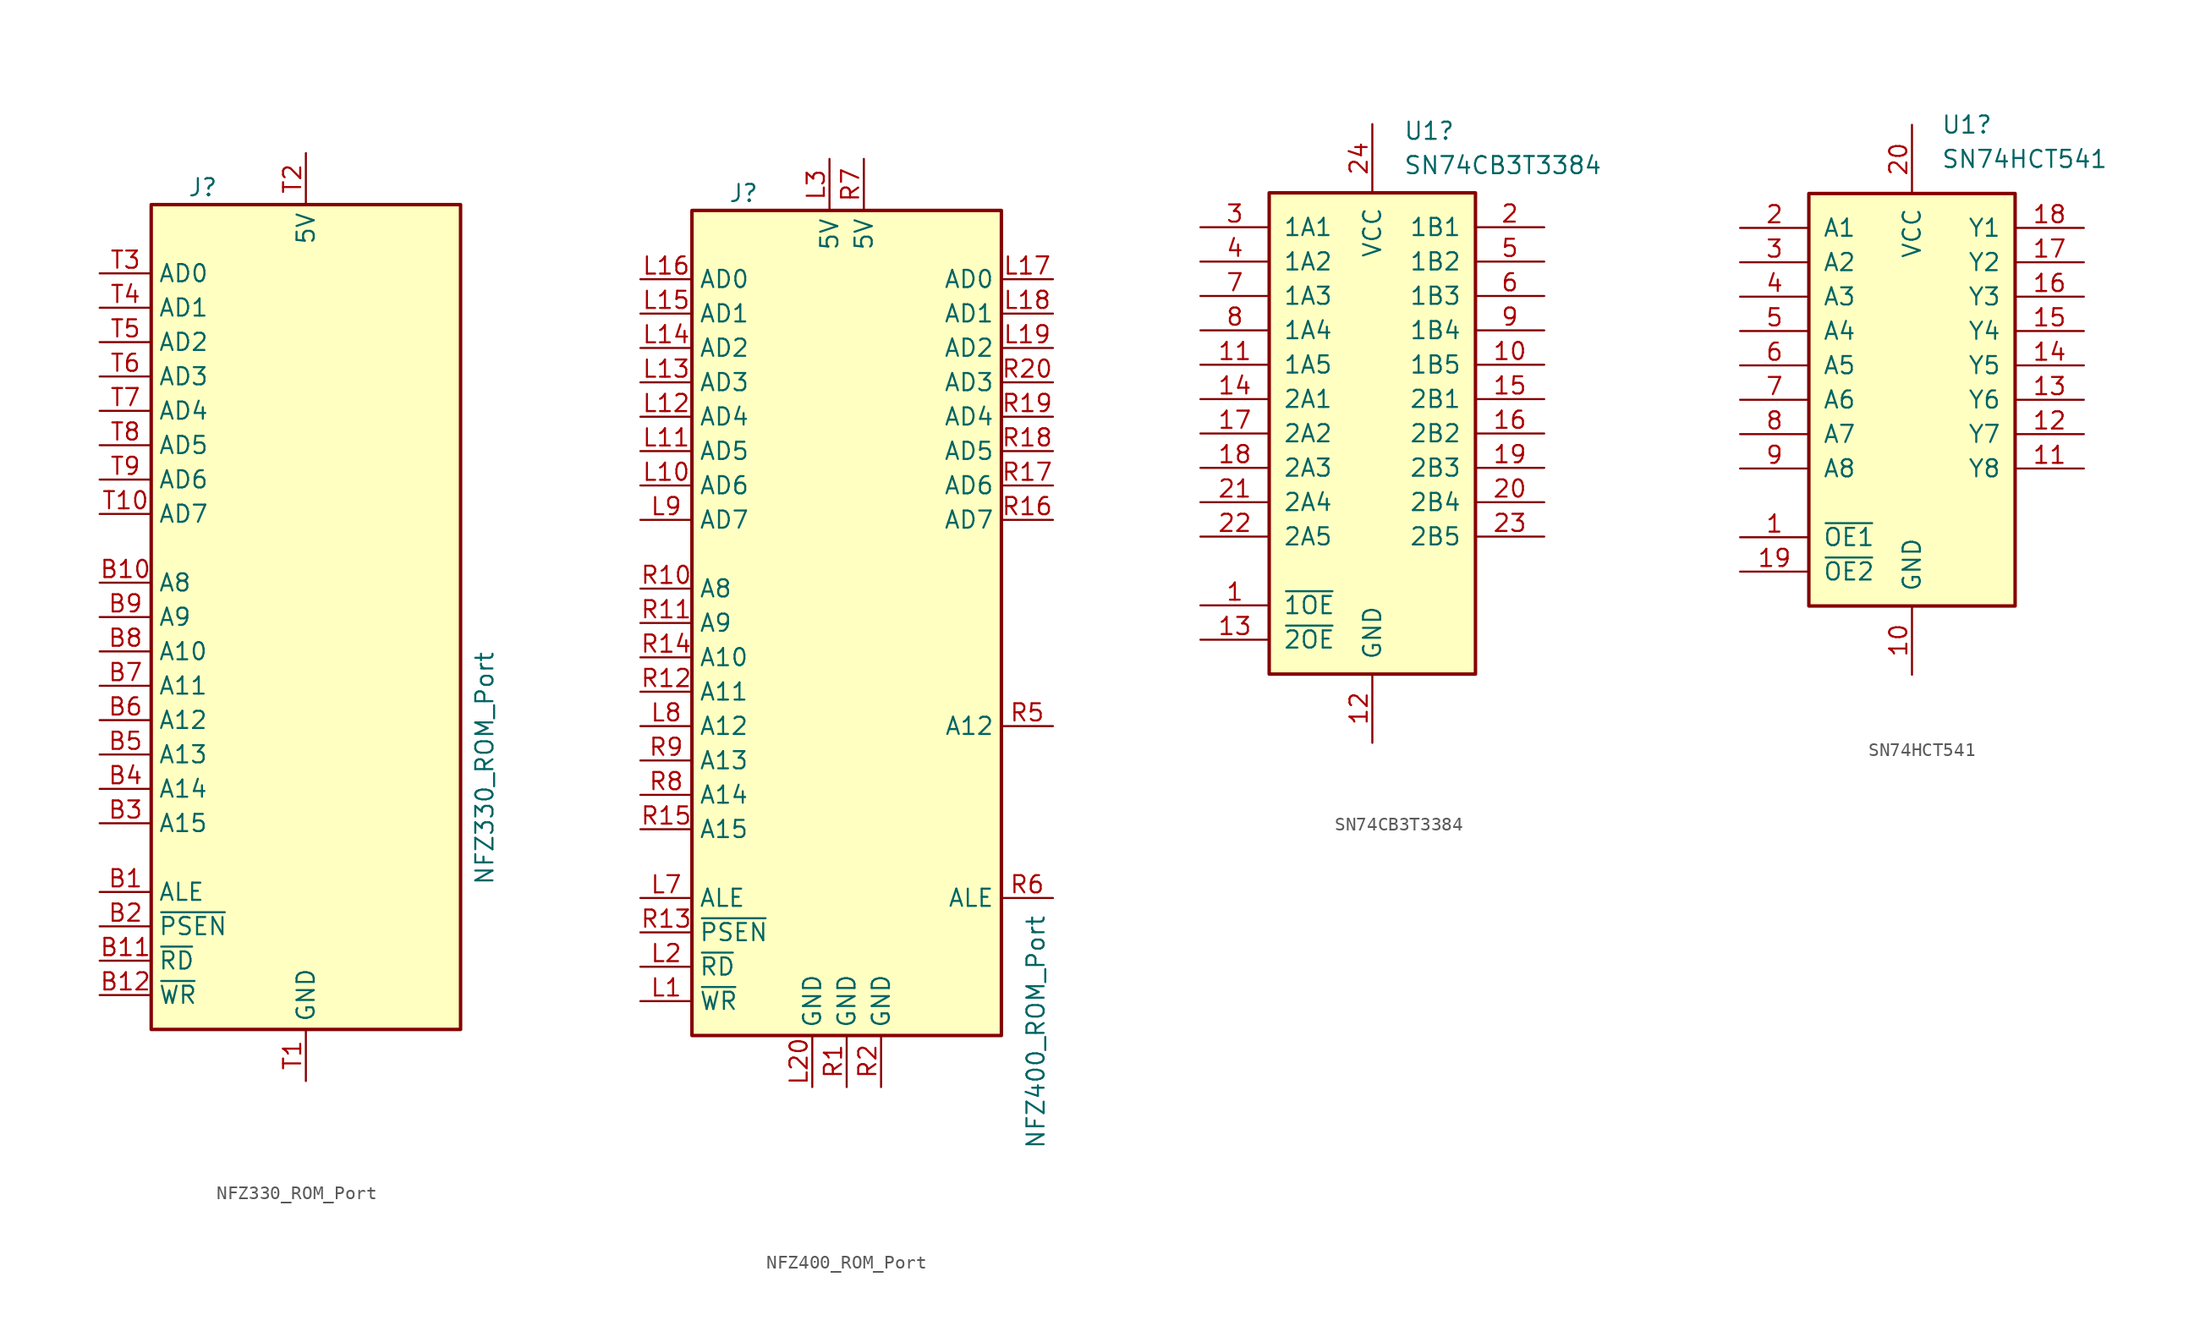
<source format=kicad_sym>
(kicad_symbol_lib
  (version 20241209)
  (generator "kicad_symbol_editor")
  (generator_version "9.0")
  (symbol "NFZ330_ROM_Port"
    (property "Reference" "J"
      (at -7.62 31.75 0)
      (effects (font (size 1.27 1.27))))
    (property "Value" "NFZ330_ROM_Port"
      (at 13.208 -11.176 90)
      (effects (font (size 1.27 1.27))))
    (symbol "NFZ330_ROM_Port_0_1"
      (rectangle (start -11.43 30.48) (end 11.43 -30.48) (stroke (width 0.254) (type default)) (fill (type background))))
    (symbol "NFZ330_ROM_Port_1_1"
      (pin passive line (at -15.24 25.4 0) (length 3.81) (name "AD0" (effects (font (size 1.27 1.27)))) (number "T3" (effects (font (size 1.27 1.27)))))
      (pin passive line (at -15.24 22.86 0) (length 3.81) (name "AD1" (effects (font (size 1.27 1.27)))) (number "T4" (effects (font (size 1.27 1.27)))))
      (pin passive line (at -15.24 20.32 0) (length 3.81) (name "AD2" (effects (font (size 1.27 1.27)))) (number "T5" (effects (font (size 1.27 1.27)))))
      (pin passive line (at -15.24 17.78 0) (length 3.81) (name "AD3" (effects (font (size 1.27 1.27)))) (number "T6" (effects (font (size 1.27 1.27)))))
      (pin passive line (at -15.24 15.24 0) (length 3.81) (name "AD4" (effects (font (size 1.27 1.27)))) (number "T7" (effects (font (size 1.27 1.27)))))
      (pin passive line (at -15.24 12.7 0) (length 3.81) (name "AD5" (effects (font (size 1.27 1.27)))) (number "T8" (effects (font (size 1.27 1.27)))))
      (pin passive line (at -15.24 10.16 0) (length 3.81) (name "AD6" (effects (font (size 1.27 1.27)))) (number "T9" (effects (font (size 1.27 1.27)))))
      (pin passive line (at -15.24 7.62 0) (length 3.81) (name "AD7" (effects (font (size 1.27 1.27)))) (number "T10" (effects (font (size 1.27 1.27)))))
      (pin passive line (at -15.24 2.54 0) (length 3.81) (name "A8" (effects (font (size 1.27 1.27)))) (number "B10" (effects (font (size 1.27 1.27)))))
      (pin passive line (at -15.24 0 0) (length 3.81) (name "A9" (effects (font (size 1.27 1.27)))) (number "B9" (effects (font (size 1.27 1.27)))))
      (pin passive line (at -15.24 -2.54 0) (length 3.81) (name "A10" (effects (font (size 1.27 1.27)))) (number "B8" (effects (font (size 1.27 1.27)))))
      (pin passive line (at -15.24 -5.08 0) (length 3.81) (name "A11" (effects (font (size 1.27 1.27)))) (number "B7" (effects (font (size 1.27 1.27)))))
      (pin passive line (at -15.24 -7.62 0) (length 3.81) (name "A12" (effects (font (size 1.27 1.27)))) (number "B6" (effects (font (size 1.27 1.27)))))
      (pin passive line (at -15.24 -10.16 0) (length 3.81) (name "A13" (effects (font (size 1.27 1.27)))) (number "B5" (effects (font (size 1.27 1.27)))))
      (pin passive line (at -15.24 -12.7 0) (length 3.81) (name "A14" (effects (font (size 1.27 1.27)))) (number "B4" (effects (font (size 1.27 1.27)))))
      (pin passive line (at -15.24 -15.24 0) (length 3.81) (name "A15" (effects (font (size 1.27 1.27)))) (number "B3" (effects (font (size 1.27 1.27)))))
      (pin passive line (at -15.24 -20.32 0) (length 3.81) (name "ALE" (effects (font (size 1.27 1.27)))) (number "B1" (effects (font (size 1.27 1.27)))))
      (pin passive line (at -15.24 -22.86 0) (length 3.81) (name "~{PSEN}" (effects (font (size 1.27 1.27)))) (number "B2" (effects (font (size 1.27 1.27)))))
      (pin passive line (at -15.24 -25.4 0) (length 3.81) (name "~{RD}" (effects (font (size 1.27 1.27)))) (number "B11" (effects (font (size 1.27 1.27)))))
      (pin passive line (at -15.24 -27.94 0) (length 3.81) (name "~{WR}" (effects (font (size 1.27 1.27)))) (number "B12" (effects (font (size 1.27 1.27)))))
      (pin passive line (at 0 34.29 270) (length 3.81) (name "5V" (effects (font (size 1.27 1.27)))) (number "T2" (effects (font (size 1.27 1.27)))))
      (pin passive line (at 0 -34.29 90) (length 3.81) (name "GND" (effects (font (size 1.27 1.27)))) (number "T1" (effects (font (size 1.27 1.27)))))))
  (symbol "NFZ400_ROM_Port"
    (property "Reference" "J"
      (at -7.62 31.75 0)
      (effects (font (size 1.27 1.27))))
    (property "Value" "NFZ400_ROM_Port"
      (at 13.97 -30.226 90)
      (effects (font (size 1.27 1.27))))
    (symbol "NFZ400_ROM_Port_0_1"
      (rectangle (start -11.43 30.48) (end 11.43 -30.48) (stroke (width 0.254) (type default)) (fill (type background))))
    (symbol "NFZ400_ROM_Port_1_1"
      (pin passive line (at -15.24 25.4 0) (length 3.81) (name "AD0" (effects (font (size 1.27 1.27)))) (number "L16" (effects (font (size 1.27 1.27)))))
      (pin passive line (at -15.24 22.86 0) (length 3.81) (name "AD1" (effects (font (size 1.27 1.27)))) (number "L15" (effects (font (size 1.27 1.27)))))
      (pin passive line (at -15.24 20.32 0) (length 3.81) (name "AD2" (effects (font (size 1.27 1.27)))) (number "L14" (effects (font (size 1.27 1.27)))))
      (pin passive line (at -15.24 17.78 0) (length 3.81) (name "AD3" (effects (font (size 1.27 1.27)))) (number "L13" (effects (font (size 1.27 1.27)))))
      (pin passive line (at -15.24 15.24 0) (length 3.81) (name "AD4" (effects (font (size 1.27 1.27)))) (number "L12" (effects (font (size 1.27 1.27)))))
      (pin passive line (at -15.24 12.7 0) (length 3.81) (name "AD5" (effects (font (size 1.27 1.27)))) (number "L11" (effects (font (size 1.27 1.27)))))
      (pin passive line (at -15.24 10.16 0) (length 3.81) (name "AD6" (effects (font (size 1.27 1.27)))) (number "L10" (effects (font (size 1.27 1.27)))))
      (pin passive line (at -15.24 7.62 0) (length 3.81) (name "AD7" (effects (font (size 1.27 1.27)))) (number "L9" (effects (font (size 1.27 1.27)))))
      (pin passive line (at -15.24 2.54 0) (length 3.81) (name "A8" (effects (font (size 1.27 1.27)))) (number "R10" (effects (font (size 1.27 1.27)))))
      (pin passive line (at -15.24 0 0) (length 3.81) (name "A9" (effects (font (size 1.27 1.27)))) (number "R11" (effects (font (size 1.27 1.27)))))
      (pin passive line (at -15.24 -2.54 0) (length 3.81) (name "A10" (effects (font (size 1.27 1.27)))) (number "R14" (effects (font (size 1.27 1.27)))))
      (pin passive line (at -15.24 -5.08 0) (length 3.81) (name "A11" (effects (font (size 1.27 1.27)))) (number "R12" (effects (font (size 1.27 1.27)))))
      (pin passive line (at -15.24 -7.62 0) (length 3.81) (name "A12" (effects (font (size 1.27 1.27)))) (number "L8" (effects (font (size 1.27 1.27)))))
      (pin passive line (at -15.24 -10.16 0) (length 3.81) (name "A13" (effects (font (size 1.27 1.27)))) (number "R9" (effects (font (size 1.27 1.27)))))
      (pin passive line (at -15.24 -12.7 0) (length 3.81) (name "A14" (effects (font (size 1.27 1.27)))) (number "R8" (effects (font (size 1.27 1.27)))))
      (pin passive line (at -15.24 -15.24 0) (length 3.81) (name "A15" (effects (font (size 1.27 1.27)))) (number "R15" (effects (font (size 1.27 1.27)))))
      (pin passive line (at -15.24 -20.32 0) (length 3.81) (name "ALE" (effects (font (size 1.27 1.27)))) (number "L7" (effects (font (size 1.27 1.27)))))
      (pin passive line (at -15.24 -22.86 0) (length 3.81) (name "~{PSEN}" (effects (font (size 1.27 1.27)))) (number "R13" (effects (font (size 1.27 1.27)))))
      (pin passive line (at -15.24 -25.4 0) (length 3.81) (name "~{RD}" (effects (font (size 1.27 1.27)))) (number "L2" (effects (font (size 1.27 1.27)))))
      (pin passive line (at -15.24 -27.94 0) (length 3.81) (name "~{WR}" (effects (font (size 1.27 1.27)))) (number "L1" (effects (font (size 1.27 1.27)))))
      (pin passive line (at -2.54 -34.29 90) (length 3.81) (name "GND" (effects (font (size 1.27 1.27)))) (number "L20" (effects (font (size 1.27 1.27)))))
      (pin passive line (at -1.27 34.29 270) (length 3.81) (name "5V" (effects (font (size 1.27 1.27)))) (number "L3" (effects (font (size 1.27 1.27)))))
      (pin passive line (at 0 -34.29 90) (length 3.81) (name "GND" (effects (font (size 1.27 1.27)))) (number "R1" (effects (font (size 1.27 1.27)))))
      (pin passive line (at 1.27 34.29 270) (length 3.81) (name "5V" (effects (font (size 1.27 1.27)))) (number "R7" (effects (font (size 1.27 1.27)))))
      (pin passive line (at 2.54 -34.29 90) (length 3.81) (name "GND" (effects (font (size 1.27 1.27)))) (number "R2" (effects (font (size 1.27 1.27)))))
      (pin passive line (at 15.24 25.4 180) (length 3.81) (name "AD0" (effects (font (size 1.27 1.27)))) (number "L17" (effects (font (size 1.27 1.27)))))
      (pin passive line (at 15.24 22.86 180) (length 3.81) (name "AD1" (effects (font (size 1.27 1.27)))) (number "L18" (effects (font (size 1.27 1.27)))))
      (pin passive line (at 15.24 20.32 180) (length 3.81) (name "AD2" (effects (font (size 1.27 1.27)))) (number "L19" (effects (font (size 1.27 1.27)))))
      (pin passive line (at 15.24 17.78 180) (length 3.81) (name "AD3" (effects (font (size 1.27 1.27)))) (number "R20" (effects (font (size 1.27 1.27)))))
      (pin passive line (at 15.24 15.24 180) (length 3.81) (name "AD4" (effects (font (size 1.27 1.27)))) (number "R19" (effects (font (size 1.27 1.27)))))
      (pin passive line (at 15.24 12.7 180) (length 3.81) (name "AD5" (effects (font (size 1.27 1.27)))) (number "R18" (effects (font (size 1.27 1.27)))))
      (pin passive line (at 15.24 10.16 180) (length 3.81) (name "AD6" (effects (font (size 1.27 1.27)))) (number "R17" (effects (font (size 1.27 1.27)))))
      (pin passive line (at 15.24 7.62 180) (length 3.81) (name "AD7" (effects (font (size 1.27 1.27)))) (number "R16" (effects (font (size 1.27 1.27)))))
      (pin passive line (at 15.24 -7.62 180) (length 3.81) (name "A12" (effects (font (size 1.27 1.27)))) (number "R5" (effects (font (size 1.27 1.27)))))
      (pin passive line (at 15.24 -20.32 180) (length 3.81) (name "ALE" (effects (font (size 1.27 1.27)))) (number "R6" (effects (font (size 1.27 1.27)))))))
  (symbol "SN74CB3T3384"
    (pin_names
      (offset 1.016))
    (property "Reference" "U1"
      (at 2.286 22.352 0)
      (effects (font (size 1.27 1.27)) (justify left)))
    (property "Value" "SN74CB3T3384"
      (at 2.286 19.812 0)
      (effects (font (size 1.27 1.27)) (justify left)))
    (symbol "SN74CB3T3384_1_0"
      (pin passive line (at -12.7 15.24 0) (length 5.08) (name "1A1" (effects (font (size 1.27 1.27)))) (number "3" (effects (font (size 1.27 1.27)))))
      (pin passive line (at -12.7 12.7 0) (length 5.08) (name "1A2" (effects (font (size 1.27 1.27)))) (number "4" (effects (font (size 1.27 1.27)))))
      (pin passive line (at -12.7 10.16 0) (length 5.08) (name "1A3" (effects (font (size 1.27 1.27)))) (number "7" (effects (font (size 1.27 1.27)))))
      (pin passive line (at -12.7 7.62 0) (length 5.08) (name "1A4" (effects (font (size 1.27 1.27)))) (number "8" (effects (font (size 1.27 1.27)))))
      (pin passive line (at -12.7 5.08 0) (length 5.08) (name "1A5" (effects (font (size 1.27 1.27)))) (number "11" (effects (font (size 1.27 1.27)))))
      (pin passive line (at -12.7 2.54 0) (length 5.08) (name "2A1" (effects (font (size 1.27 1.27)))) (number "14" (effects (font (size 1.27 1.27)))))
      (pin passive line (at -12.7 0 0) (length 5.08) (name "2A2" (effects (font (size 1.27 1.27)))) (number "17" (effects (font (size 1.27 1.27)))))
      (pin passive line (at -12.7 -2.54 0) (length 5.08) (name "2A3" (effects (font (size 1.27 1.27)))) (number "18" (effects (font (size 1.27 1.27)))))
      (pin passive line (at -12.7 -5.08 0) (length 5.08) (name "2A4" (effects (font (size 1.27 1.27)))) (number "21" (effects (font (size 1.27 1.27)))))
      (pin passive line (at -12.7 -7.62 0) (length 5.08) (name "2A5" (effects (font (size 1.27 1.27)))) (number "22" (effects (font (size 1.27 1.27)))))
      (pin passive line (at -12.7 -12.7 0) (length 5.08) (name "~{1OE}" (effects (font (size 1.27 1.27)))) (number "1" (effects (font (size 1.27 1.27)))))
      (pin passive line (at -12.7 -15.24 0) (length 5.08) (name "~{2OE}" (effects (font (size 1.27 1.27)))) (number "13" (effects (font (size 1.27 1.27)))))
      (pin passive line (at 0 22.86 270) (length 5.08) (name "VCC" (effects (font (size 1.27 1.27)))) (number "24" (effects (font (size 1.27 1.27)))))
      (pin passive line (at 0 -22.86 90) (length 5.08) (name "GND" (effects (font (size 1.27 1.27)))) (number "12" (effects (font (size 1.27 1.27)))))
      (pin passive line (at 12.7 15.24 180) (length 5.08) (name "1B1" (effects (font (size 1.27 1.27)))) (number "2" (effects (font (size 1.27 1.27)))))
      (pin passive line (at 12.7 12.7 180) (length 5.08) (name "1B2" (effects (font (size 1.27 1.27)))) (number "5" (effects (font (size 1.27 1.27)))))
      (pin passive line (at 12.7 10.16 180) (length 5.08) (name "1B3" (effects (font (size 1.27 1.27)))) (number "6" (effects (font (size 1.27 1.27)))))
      (pin passive line (at 12.7 7.62 180) (length 5.08) (name "1B4" (effects (font (size 1.27 1.27)))) (number "9" (effects (font (size 1.27 1.27)))))
      (pin passive line (at 12.7 5.08 180) (length 5.08) (name "1B5" (effects (font (size 1.27 1.27)))) (number "10" (effects (font (size 1.27 1.27)))))
      (pin passive line (at 12.7 2.54 180) (length 5.08) (name "2B1" (effects (font (size 1.27 1.27)))) (number "15" (effects (font (size 1.27 1.27)))))
      (pin passive line (at 12.7 0 180) (length 5.08) (name "2B2" (effects (font (size 1.27 1.27)))) (number "16" (effects (font (size 1.27 1.27)))))
      (pin passive line (at 12.7 -2.54 180) (length 5.08) (name "2B3" (effects (font (size 1.27 1.27)))) (number "19" (effects (font (size 1.27 1.27)))))
      (pin passive line (at 12.7 -5.08 180) (length 5.08) (name "2B4" (effects (font (size 1.27 1.27)))) (number "20" (effects (font (size 1.27 1.27)))))
      (pin passive line (at 12.7 -7.62 180) (length 5.08) (name "2B5" (effects (font (size 1.27 1.27)))) (number "23" (effects (font (size 1.27 1.27))))))
    (symbol "SN74CB3T3384_1_1"
      (rectangle (start -7.62 17.78) (end 7.62 -17.78) (stroke (width 0.254) (type default)) (fill (type background)))))
  (symbol "SN74HCT541"
    (pin_names
      (offset 1.016))
    (property "Reference" "U1"
      (at 2.143 20.32 0)
      (effects (font (size 1.27 1.27)) (justify left)))
    (property "Value" "SN74HCT541"
      (at 2.143 17.78 0)
      (effects (font (size 1.27 1.27)) (justify left)))
    (symbol "SN74HCT541_1_0"
      (pin passive line (at -12.7 12.7 0) (length 5.08) (name "A1" (effects (font (size 1.27 1.27)))) (number "2" (effects (font (size 1.27 1.27)))))
      (pin passive line (at -12.7 10.16 0) (length 5.08) (name "A2" (effects (font (size 1.27 1.27)))) (number "3" (effects (font (size 1.27 1.27)))))
      (pin passive line (at -12.7 7.62 0) (length 5.08) (name "A3" (effects (font (size 1.27 1.27)))) (number "4" (effects (font (size 1.27 1.27)))))
      (pin passive line (at -12.7 5.08 0) (length 5.08) (name "A4" (effects (font (size 1.27 1.27)))) (number "5" (effects (font (size 1.27 1.27)))))
      (pin passive line (at -12.7 2.54 0) (length 5.08) (name "A5" (effects (font (size 1.27 1.27)))) (number "6" (effects (font (size 1.27 1.27)))))
      (pin passive line (at -12.7 0 0) (length 5.08) (name "A6" (effects (font (size 1.27 1.27)))) (number "7" (effects (font (size 1.27 1.27)))))
      (pin passive line (at -12.7 -2.54 0) (length 5.08) (name "A7" (effects (font (size 1.27 1.27)))) (number "8" (effects (font (size 1.27 1.27)))))
      (pin passive line (at -12.7 -5.08 0) (length 5.08) (name "A8" (effects (font (size 1.27 1.27)))) (number "9" (effects (font (size 1.27 1.27)))))
      (pin passive line (at -12.7 -10.16 0) (length 5.08) (name "~{OE1}" (effects (font (size 1.27 1.27)))) (number "1" (effects (font (size 1.27 1.27)))))
      (pin passive line (at -12.7 -12.7 0) (length 5.08) (name "~{OE2}" (effects (font (size 1.27 1.27)))) (number "19" (effects (font (size 1.27 1.27)))))
      (pin passive line (at 0 20.32 270) (length 5.08) (name "VCC" (effects (font (size 1.27 1.27)))) (number "20" (effects (font (size 1.27 1.27)))))
      (pin passive line (at 0 -20.32 90) (length 5.08) (name "GND" (effects (font (size 1.27 1.27)))) (number "10" (effects (font (size 1.27 1.27)))))
      (pin passive line (at 12.7 12.7 180) (length 5.08) (name "Y1" (effects (font (size 1.27 1.27)))) (number "18" (effects (font (size 1.27 1.27)))))
      (pin passive line (at 12.7 10.16 180) (length 5.08) (name "Y2" (effects (font (size 1.27 1.27)))) (number "17" (effects (font (size 1.27 1.27)))))
      (pin passive line (at 12.7 7.62 180) (length 5.08) (name "Y3" (effects (font (size 1.27 1.27)))) (number "16" (effects (font (size 1.27 1.27)))))
      (pin passive line (at 12.7 5.08 180) (length 5.08) (name "Y4" (effects (font (size 1.27 1.27)))) (number "15" (effects (font (size 1.27 1.27)))))
      (pin passive line (at 12.7 2.54 180) (length 5.08) (name "Y5" (effects (font (size 1.27 1.27)))) (number "14" (effects (font (size 1.27 1.27)))))
      (pin passive line (at 12.7 0 180) (length 5.08) (name "Y6" (effects (font (size 1.27 1.27)))) (number "13" (effects (font (size 1.27 1.27)))))
      (pin passive line (at 12.7 -2.54 180) (length 5.08) (name "Y7" (effects (font (size 1.27 1.27)))) (number "12" (effects (font (size 1.27 1.27)))))
      (pin passive line (at 12.7 -5.08 180) (length 5.08) (name "Y8" (effects (font (size 1.27 1.27)))) (number "11" (effects (font (size 1.27 1.27))))))
    (symbol "SN74HCT541_1_1"
      (rectangle (start -7.62 15.24) (end 7.62 -15.24) (stroke (width 0.254) (type default)) (fill (type background))))))
</source>
